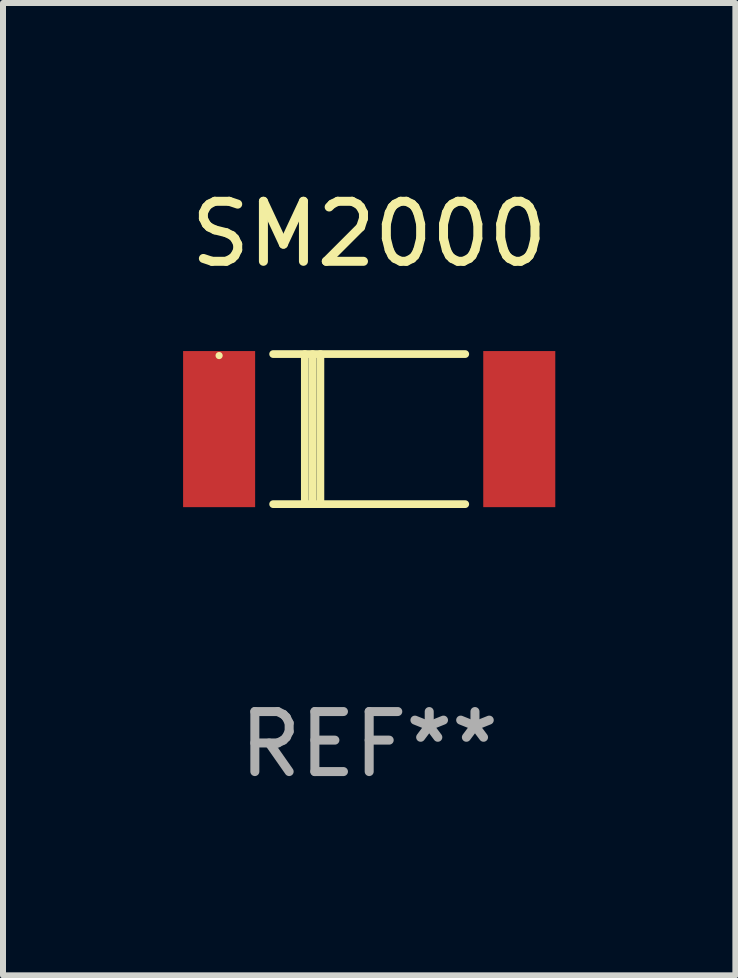
<source format=kicad_pcb>
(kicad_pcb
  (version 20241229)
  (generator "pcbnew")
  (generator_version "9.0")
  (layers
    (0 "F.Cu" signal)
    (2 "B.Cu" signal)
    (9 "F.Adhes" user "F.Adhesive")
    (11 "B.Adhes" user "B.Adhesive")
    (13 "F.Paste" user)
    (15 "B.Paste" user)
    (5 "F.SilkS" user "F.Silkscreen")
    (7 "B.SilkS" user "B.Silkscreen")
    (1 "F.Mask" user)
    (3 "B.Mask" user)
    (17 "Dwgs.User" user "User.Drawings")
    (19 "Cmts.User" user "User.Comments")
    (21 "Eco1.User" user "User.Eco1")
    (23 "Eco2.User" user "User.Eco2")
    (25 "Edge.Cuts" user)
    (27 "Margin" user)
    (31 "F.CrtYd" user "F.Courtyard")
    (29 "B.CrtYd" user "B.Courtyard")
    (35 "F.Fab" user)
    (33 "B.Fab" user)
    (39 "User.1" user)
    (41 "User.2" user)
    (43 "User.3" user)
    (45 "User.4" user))
  (footprint "SM2000"
    (layer "F.Cu")
    (at 3.1 4.098)
    (property "Reference" "SM2000" (at 0 -3.25 0) (layer "F.SilkS") (effects (font (size 1 1) (thickness 0.15))))
    (attr through_hole)
    (fp_line (start -1.6 -1.25) (end 1.6 -1.25) (stroke (width 0.129) (type solid)) (layer "F.SilkS"))
    (fp_line (start -1.6 1.25) (end 1.6 1.25) (stroke (width 0.129) (type solid)) (layer "F.SilkS"))
    (fp_line (start -1.072 -1.25) (end -1.072 1.25) (stroke (width 0.129) (type solid)) (layer "F.SilkS"))
    (fp_line (start -0.942 -1.25) (end -0.942 1.25) (stroke (width 0.129) (type solid)) (layer "F.SilkS"))
    (fp_line (start -0.813 -1.25) (end -0.813 1.25) (stroke (width 0.129) (type solid)) (layer "F.SilkS"))
    (fp_circle (center -2.5 -1.225) (end -2.47 -1.225) (stroke (width 0.06) (type solid)) (fill no) (layer "F.SilkS"))
    (fp_text user "REF**" (at 0 5.25 0) (layer "F.Fab") (effects (font (size 1 1) (thickness 0.15))))
    (pad "1" smd rect (at -2.5 0 180) (size 1.2 2.6) (layers "F.Cu" "F.Mask" "F.Paste"))
    (pad "2" smd rect (at 2.5 0 180) (size 1.2 2.6) (layers "F.Cu" "F.Mask" "F.Paste")))
  (gr_rect
    (start -3 -3)
    (end 9.2 13.197)
    (stroke (width 0.1) (type default))
    (fill no)
    (layer "Edge.Cuts")))
</source>
